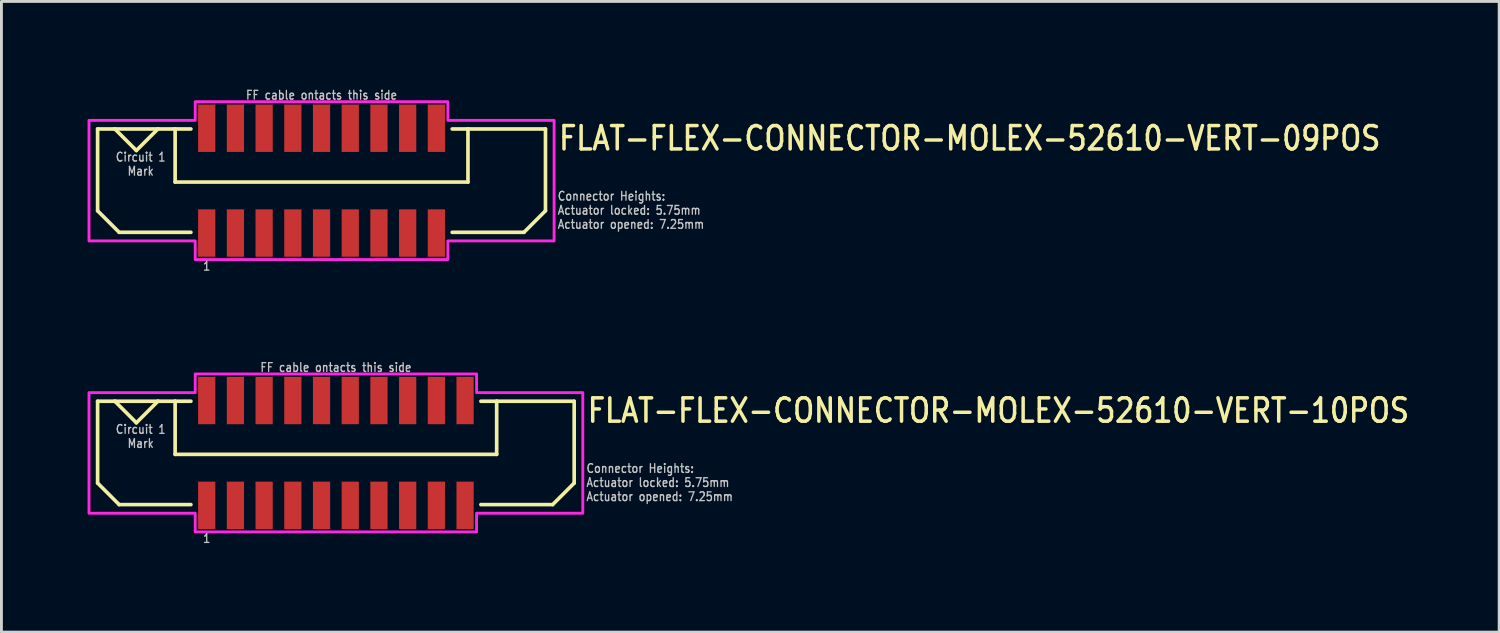
<source format=kicad_pcb>
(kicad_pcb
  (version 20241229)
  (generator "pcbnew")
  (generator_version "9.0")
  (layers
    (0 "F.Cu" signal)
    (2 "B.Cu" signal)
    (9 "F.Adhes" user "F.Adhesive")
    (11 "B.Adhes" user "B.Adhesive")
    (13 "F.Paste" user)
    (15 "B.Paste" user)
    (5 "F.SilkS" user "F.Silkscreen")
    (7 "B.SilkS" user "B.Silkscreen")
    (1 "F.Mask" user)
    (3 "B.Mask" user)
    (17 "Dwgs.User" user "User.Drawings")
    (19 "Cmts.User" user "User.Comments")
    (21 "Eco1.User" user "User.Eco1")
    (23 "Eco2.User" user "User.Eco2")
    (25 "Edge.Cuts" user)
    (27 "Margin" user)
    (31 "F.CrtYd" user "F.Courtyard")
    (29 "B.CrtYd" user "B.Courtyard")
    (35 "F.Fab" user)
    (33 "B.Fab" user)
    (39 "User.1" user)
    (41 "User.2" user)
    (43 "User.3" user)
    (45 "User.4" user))
  (footprint "FLAT-FLEX-CONNECTOR-MOLEX-52610-VERT-09POS"
    (layer "F.Cu")
    (at 8.15 3.242)
    (property "Reference" "FLAT-FLEX-CONNECTOR-MOLEX-52610-VERT-09POS" (at 8.2 -1 0) (unlocked yes) (layer "F.SilkS") (effects (font (size 0.813 0.695) (thickness 0.122)) (justify left bottom)))
    (fp_line (start -7.8 -1.8) (end -7.8 1.05) (stroke (width 0.127) (type solid)) (layer "F.SilkS"))
    (fp_line (start -7.8 1.05) (end -7.05 1.8) (stroke (width 0.127) (type solid)) (layer "F.SilkS"))
    (fp_line (start -7.2 -1.8) (end -7.8 -1.8) (stroke (width 0.127) (type solid)) (layer "F.SilkS"))
    (fp_line (start -7.2 -1.8) (end -6.45 -1.05) (stroke (width 0.127) (type solid)) (layer "F.SilkS"))
    (fp_line (start -7.05 1.8) (end -4.55 1.8) (stroke (width 0.127) (type solid)) (layer "F.SilkS"))
    (fp_line (start -6.45 -1.05) (end -5.7 -1.8) (stroke (width 0.127) (type solid)) (layer "F.SilkS"))
    (fp_line (start -5.7 -1.8) (end -7.2 -1.8) (stroke (width 0.127) (type solid)) (layer "F.SilkS"))
    (fp_line (start -5.1 -1.8) (end -5.7 -1.8) (stroke (width 0.127) (type solid)) (layer "F.SilkS"))
    (fp_line (start -5.1 -1.8) (end -5.1 0.05) (stroke (width 0.127) (type solid)) (layer "F.SilkS"))
    (fp_line (start -5.1 0.05) (end 5.1 0.05) (stroke (width 0.127) (type solid)) (layer "F.SilkS"))
    (fp_line (start -4.55 -1.8) (end -5.1 -1.8) (stroke (width 0.127) (type solid)) (layer "F.SilkS"))
    (fp_line (start 4.55 -1.8) (end 5.1 -1.8) (stroke (width 0.127) (type solid)) (layer "F.SilkS"))
    (fp_line (start 5.1 -1.8) (end 7.8 -1.8) (stroke (width 0.127) (type solid)) (layer "F.SilkS"))
    (fp_line (start 5.1 0.05) (end 5.1 -1.8) (stroke (width 0.127) (type solid)) (layer "F.SilkS"))
    (fp_line (start 7.05 1.8) (end 4.55 1.8) (stroke (width 0.127) (type solid)) (layer "F.SilkS"))
    (fp_line (start 7.8 -1.8) (end 7.8 1.05) (stroke (width 0.127) (type solid)) (layer "F.SilkS"))
    (fp_line (start 7.8 1.05) (end 7.05 1.8) (stroke (width 0.127) (type solid)) (layer "F.SilkS"))
    (fp_poly (pts (xy -8.1 -2.1) (xy -4.4 -2.1) (xy -4.4 -2.75) (xy 4.4 -2.75) (xy 4.4 -2.1) (xy 8.1 -2.1) (xy 8.1 2.1) (xy 4.4 2.1) (xy 4.4 2.75) (xy -4.4 2.75) (xy -4.4 2.1) (xy -8.1 2.1)) (stroke (width 0.1) (type solid)) (fill no) (layer "F.CrtYd"))
    (fp_text user "Connector Heights:\nActuator locked: 5.75mm\nActuator opened: 7.25mm" (at 8.2 1.7 0) (unlocked yes) (layer "Dwgs.User") (effects (font (size 0.305 0.261) (thickness 0.046)) (justify left bottom)))
    (fp_text user "1" (at -4 2.8 0) (unlocked yes) (layer "Dwgs.User") (effects (font (size 0.305 0.261) (thickness 0.046)) (justify top)))
    (fp_text user "FF cable ontacts this side" (at 0 -2.8 0) (unlocked yes) (layer "Dwgs.User") (effects (font (size 0.305 0.261) (thickness 0.046)) (justify bottom)))
    (fp_text user "Circuit 1\nMark" (at -6.3 -1 0) (unlocked yes) (layer "Dwgs.User") (effects (font (size 0.305 0.261) (thickness 0.046)) (justify top)))
    (pad "PC1" smd rect (at -4 -1.825) (size 0.6 1.65) (layers "F.Cu" "F.Mask" "F.Paste"))
    (pad "PC2" smd rect (at -3 -1.825) (size 0.6 1.65) (layers "F.Cu" "F.Mask" "F.Paste"))
    (pad "PC3" smd rect (at -2 -1.825) (size 0.6 1.65) (layers "F.Cu" "F.Mask" "F.Paste"))
    (pad "PC4" smd rect (at -1 -1.825) (size 0.6 1.65) (layers "F.Cu" "F.Mask" "F.Paste"))
    (pad "PC5" smd rect (at 0 -1.825) (size 0.6 1.65) (layers "F.Cu" "F.Mask" "F.Paste"))
    (pad "PC6" smd rect (at 1 -1.825) (size 0.6 1.65) (layers "F.Cu" "F.Mask" "F.Paste"))
    (pad "PC7" smd rect (at 2 -1.825) (size 0.6 1.65) (layers "F.Cu" "F.Mask" "F.Paste"))
    (pad "PC8" smd rect (at 3 -1.825) (size 0.6 1.65) (layers "F.Cu" "F.Mask" "F.Paste"))
    (pad "PC9" smd rect (at 4 -1.825) (size 0.6 1.65) (layers "F.Cu" "F.Mask" "F.Paste"))
    (pad "PS1" smd rect (at -4 1.825) (size 0.6 1.65) (layers "F.Cu" "F.Mask" "F.Paste"))
    (pad "PS2" smd rect (at -3 1.825) (size 0.6 1.65) (layers "F.Cu" "F.Mask" "F.Paste"))
    (pad "PS3" smd rect (at -2 1.825) (size 0.6 1.65) (layers "F.Cu" "F.Mask" "F.Paste"))
    (pad "PS4" smd rect (at -1 1.825) (size 0.6 1.65) (layers "F.Cu" "F.Mask" "F.Paste"))
    (pad "PS5" smd rect (at 0 1.825) (size 0.6 1.65) (layers "F.Cu" "F.Mask" "F.Paste"))
    (pad "PS6" smd rect (at 1 1.825) (size 0.6 1.65) (layers "F.Cu" "F.Mask" "F.Paste"))
    (pad "PS7" smd rect (at 2 1.825) (size 0.6 1.65) (layers "F.Cu" "F.Mask" "F.Paste"))
    (pad "PS8" smd rect (at 3 1.825) (size 0.6 1.65) (layers "F.Cu" "F.Mask" "F.Paste"))
    (pad "PS9" smd rect (at 4 1.825) (size 0.6 1.65) (layers "F.Cu" "F.Mask" "F.Paste")))
  (footprint "FLAT-FLEX-CONNECTOR-MOLEX-52610-VERT-10POS"
    (layer "F.Cu")
    (at 8.65 12.726)
    (property "Reference" "FLAT-FLEX-CONNECTOR-MOLEX-52610-VERT-10POS" (at 8.7 -1 0) (unlocked yes) (layer "F.SilkS") (effects (font (size 0.813 0.695) (thickness 0.122)) (justify left bottom)))
    (fp_line (start -8.3 -1.8) (end -8.3 1.05) (stroke (width 0.127) (type solid)) (layer "F.SilkS"))
    (fp_line (start -8.3 1.05) (end -7.55 1.8) (stroke (width 0.127) (type solid)) (layer "F.SilkS"))
    (fp_line (start -7.7 -1.8) (end -8.3 -1.8) (stroke (width 0.127) (type solid)) (layer "F.SilkS"))
    (fp_line (start -7.7 -1.8) (end -6.95 -1.05) (stroke (width 0.127) (type solid)) (layer "F.SilkS"))
    (fp_line (start -7.55 1.8) (end -5.05 1.8) (stroke (width 0.127) (type solid)) (layer "F.SilkS"))
    (fp_line (start -6.95 -1.05) (end -6.2 -1.8) (stroke (width 0.127) (type solid)) (layer "F.SilkS"))
    (fp_line (start -6.2 -1.8) (end -7.7 -1.8) (stroke (width 0.127) (type solid)) (layer "F.SilkS"))
    (fp_line (start -5.6 -1.8) (end -6.2 -1.8) (stroke (width 0.127) (type solid)) (layer "F.SilkS"))
    (fp_line (start -5.6 -1.8) (end -5.6 0.05) (stroke (width 0.127) (type solid)) (layer "F.SilkS"))
    (fp_line (start -5.6 0.05) (end 5.6 0.05) (stroke (width 0.127) (type solid)) (layer "F.SilkS"))
    (fp_line (start -5.05 -1.8) (end -5.6 -1.8) (stroke (width 0.127) (type solid)) (layer "F.SilkS"))
    (fp_line (start 5.05 -1.8) (end 5.6 -1.8) (stroke (width 0.127) (type solid)) (layer "F.SilkS"))
    (fp_line (start 5.6 -1.8) (end 8.3 -1.8) (stroke (width 0.127) (type solid)) (layer "F.SilkS"))
    (fp_line (start 5.6 0.05) (end 5.6 -1.8) (stroke (width 0.127) (type solid)) (layer "F.SilkS"))
    (fp_line (start 7.55 1.8) (end 5.05 1.8) (stroke (width 0.127) (type solid)) (layer "F.SilkS"))
    (fp_line (start 8.3 -1.8) (end 8.3 1.05) (stroke (width 0.127) (type solid)) (layer "F.SilkS"))
    (fp_line (start 8.3 1.05) (end 7.55 1.8) (stroke (width 0.127) (type solid)) (layer "F.SilkS"))
    (fp_poly (pts (xy -8.6 -2.1) (xy -4.9 -2.1) (xy -4.9 -2.75) (xy 4.9 -2.75) (xy 4.9 -2.1) (xy 8.6 -2.1) (xy 8.6 2.1) (xy 4.9 2.1) (xy 4.9 2.75) (xy -4.9 2.75) (xy -4.9 2.1) (xy -8.6 2.1)) (stroke (width 0.1) (type solid)) (fill no) (layer "F.CrtYd"))
    (fp_text user "FF cable ontacts this side" (at 0 -2.8 0) (unlocked yes) (layer "Dwgs.User") (effects (font (size 0.305 0.261) (thickness 0.046)) (justify bottom)))
    (fp_text user "Circuit 1\nMark" (at -6.8 -1 0) (unlocked yes) (layer "Dwgs.User") (effects (font (size 0.305 0.261) (thickness 0.046)) (justify top)))
    (fp_text user "Connector Heights:\nActuator locked: 5.75mm\nActuator opened: 7.25mm" (at 8.7 1.7 0) (unlocked yes) (layer "Dwgs.User") (effects (font (size 0.305 0.261) (thickness 0.046)) (justify left bottom)))
    (fp_text user "1" (at -4.5 2.8 0) (unlocked yes) (layer "Dwgs.User") (effects (font (size 0.305 0.261) (thickness 0.046)) (justify top)))
    (pad "PC1" smd rect (at -4.5 -1.825) (size 0.6 1.65) (layers "F.Cu" "F.Mask" "F.Paste"))
    (pad "PC2" smd rect (at -3.5 -1.825) (size 0.6 1.65) (layers "F.Cu" "F.Mask" "F.Paste"))
    (pad "PC3" smd rect (at -2.5 -1.825) (size 0.6 1.65) (layers "F.Cu" "F.Mask" "F.Paste"))
    (pad "PC4" smd rect (at -1.5 -1.825) (size 0.6 1.65) (layers "F.Cu" "F.Mask" "F.Paste"))
    (pad "PC5" smd rect (at -0.5 -1.825) (size 0.6 1.65) (layers "F.Cu" "F.Mask" "F.Paste"))
    (pad "PC6" smd rect (at 0.5 -1.825) (size 0.6 1.65) (layers "F.Cu" "F.Mask" "F.Paste"))
    (pad "PC7" smd rect (at 1.5 -1.825) (size 0.6 1.65) (layers "F.Cu" "F.Mask" "F.Paste"))
    (pad "PC8" smd rect (at 2.5 -1.825) (size 0.6 1.65) (layers "F.Cu" "F.Mask" "F.Paste"))
    (pad "PC9" smd rect (at 3.5 -1.825) (size 0.6 1.65) (layers "F.Cu" "F.Mask" "F.Paste"))
    (pad "PC10" smd rect (at 4.5 -1.825) (size 0.6 1.65) (layers "F.Cu" "F.Mask" "F.Paste"))
    (pad "PS1" smd rect (at -4.5 1.825) (size 0.6 1.65) (layers "F.Cu" "F.Mask" "F.Paste"))
    (pad "PS2" smd rect (at -3.5 1.825) (size 0.6 1.65) (layers "F.Cu" "F.Mask" "F.Paste"))
    (pad "PS3" smd rect (at -2.5 1.825) (size 0.6 1.65) (layers "F.Cu" "F.Mask" "F.Paste"))
    (pad "PS4" smd rect (at -1.5 1.825) (size 0.6 1.65) (layers "F.Cu" "F.Mask" "F.Paste"))
    (pad "PS5" smd rect (at -0.5 1.825) (size 0.6 1.65) (layers "F.Cu" "F.Mask" "F.Paste"))
    (pad "PS6" smd rect (at 0.5 1.825) (size 0.6 1.65) (layers "F.Cu" "F.Mask" "F.Paste"))
    (pad "PS7" smd rect (at 1.5 1.825) (size 0.6 1.65) (layers "F.Cu" "F.Mask" "F.Paste"))
    (pad "PS8" smd rect (at 2.5 1.825) (size 0.6 1.65) (layers "F.Cu" "F.Mask" "F.Paste"))
    (pad "PS9" smd rect (at 3.5 1.825) (size 0.6 1.65) (layers "F.Cu" "F.Mask" "F.Paste"))
    (pad "PS10" smd rect (at 4.5 1.825) (size 0.6 1.65) (layers "F.Cu" "F.Mask" "F.Paste")))
  (gr_rect
    (start -3 -3)
    (end 49.169 18.968)
    (stroke (width 0.1) (type default))
    (fill no)
    (layer "Edge.Cuts")))
</source>
